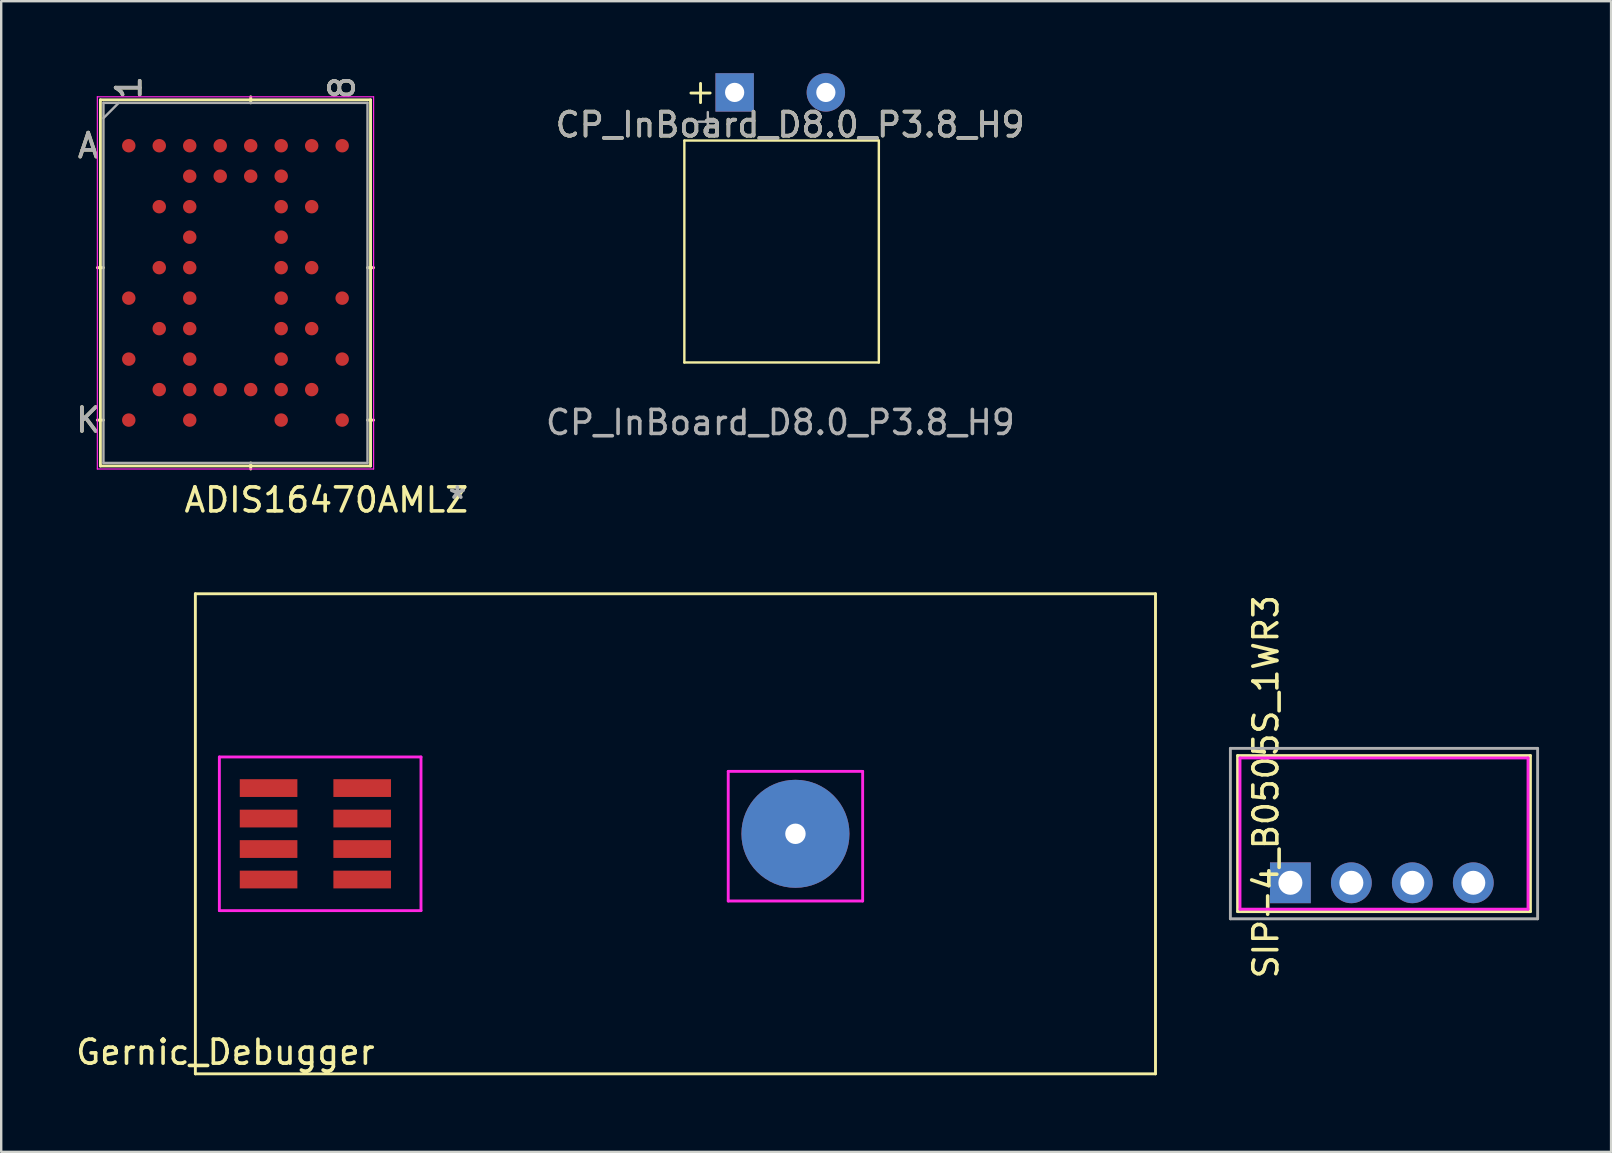
<source format=kicad_pcb>
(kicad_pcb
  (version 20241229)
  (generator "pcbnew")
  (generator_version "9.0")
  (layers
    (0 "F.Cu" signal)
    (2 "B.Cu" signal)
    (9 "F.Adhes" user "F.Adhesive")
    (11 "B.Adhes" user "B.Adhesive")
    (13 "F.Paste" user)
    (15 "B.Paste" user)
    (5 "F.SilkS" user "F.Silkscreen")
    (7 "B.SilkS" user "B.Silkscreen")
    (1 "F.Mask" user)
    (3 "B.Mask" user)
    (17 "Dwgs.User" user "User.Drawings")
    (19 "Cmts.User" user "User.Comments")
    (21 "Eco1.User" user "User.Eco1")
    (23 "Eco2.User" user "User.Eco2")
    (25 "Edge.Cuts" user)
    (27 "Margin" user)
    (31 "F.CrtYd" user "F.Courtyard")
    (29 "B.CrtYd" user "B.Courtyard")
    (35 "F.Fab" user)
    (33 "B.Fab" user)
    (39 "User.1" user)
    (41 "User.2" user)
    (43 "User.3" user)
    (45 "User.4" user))
  (footprint "SIP-4_B0505S_1WR3"
    (layer "F.Cu")
    (at 50.709 33.728)
    (property "Reference" "SIP-4_B0505S_1WR3" (at -1.02 -4 90) (layer "F.SilkS") (effects (font (size 1 1) (thickness 0.15))))
    (attr through_hole)
    (fp_line (start -2.2 -5.3) (end -2.2 1.2) (stroke (width 0.12) (type solid)) (layer "F.SilkS"))
    (fp_line (start -2.2 -5.3) (end 10 -5.3) (stroke (width 0.12) (type solid)) (layer "F.SilkS"))
    (fp_line (start -2.2 1.2) (end 10 1.2) (stroke (width 0.12) (type solid)) (layer "F.SilkS"))
    (fp_line (start 10 -5.3) (end 10 1.2) (stroke (width 0.12) (type solid)) (layer "F.SilkS"))
    (fp_line (start -2.1 -5.2) (end 9.9 -5.2) (stroke (width 0.12) (type solid)) (layer "F.CrtYd"))
    (fp_line (start -2.1 1.1) (end -2.1 -5.2) (stroke (width 0.12) (type solid)) (layer "F.CrtYd"))
    (fp_line (start 9.9 -5.2) (end 9.9 1.1) (stroke (width 0.12) (type solid)) (layer "F.CrtYd"))
    (fp_line (start 9.9 1.1) (end -2.1 1.1) (stroke (width 0.12) (type solid)) (layer "F.CrtYd"))
    (fp_line (start -2.5 -5.6) (end 10.3 -5.6) (stroke (width 0.12) (type solid)) (layer "F.Fab"))
    (fp_line (start -2.5 1.5) (end -2.5 -5.6) (stroke (width 0.12) (type solid)) (layer "F.Fab"))
    (fp_line (start 10.3 -5.6) (end 10.3 1.5) (stroke (width 0.12) (type solid)) (layer "F.Fab"))
    (fp_line (start 10.3 1.5) (end -2.5 1.5) (stroke (width 0.12) (type solid)) (layer "F.Fab"))
    (pad "1" thru_hole rect (at 0 0 90) (size 1.7 1.7) (drill 1) (layers "*.Cu" "*.Mask"))
    (pad "2" thru_hole oval (at 2.54 0 90) (size 1.7 1.7) (drill 1) (layers "*.Cu" "*.Mask"))
    (pad "3" thru_hole oval (at 5.08 0 90) (size 1.7 1.7) (drill 1) (layers "*.Cu" "*.Mask"))
    (pad "4" thru_hole oval (at 7.62 0 90) (size 1.7 1.7) (drill 1) (layers "*.Cu" "*.Mask")))
  (footprint "CP_InBoard_D8.0_P3.8_H9"
    (layer "F.Cu")
    (at 29.461 12.052)
    (property "Reference" "CP_InBoard_D8.0_P3.8_H9" (at 0.406 -9.906 0) (unlocked yes) (layer "F.SilkS") (effects (font (size 1 1) (thickness 0.15))))
    (attr through_hole)
    (fp_line (start -4 -9.246) (end -4 0) (stroke (width 0.1) (type solid)) (layer "F.SilkS"))
    (fp_line (start -4 0) (end 4.102 0) (stroke (width 0.1) (type solid)) (layer "F.SilkS"))
    (fp_line (start -3.726 -11.227) (end -2.926 -11.227) (stroke (width 0.12) (type solid)) (layer "F.SilkS"))
    (fp_line (start -3.326 -11.627) (end -3.326 -10.827) (stroke (width 0.12) (type solid)) (layer "F.SilkS"))
    (fp_line (start 4.102 -9.246) (end -4 -9.246) (stroke (width 0.1) (type solid)) (layer "F.SilkS"))
    (fp_line (start 4.102 0) (end 4.102 -9.246) (stroke (width 0.1) (type solid)) (layer "F.SilkS"))
    (fp_line (start -3.423 -10.033) (end -2.623 -10.033) (stroke (width 0.1) (type solid)) (layer "F.Fab"))
    (fp_line (start -3.023 -10.433) (end -3.023 -9.633) (stroke (width 0.1) (type solid)) (layer "F.Fab"))
    (fp_text user "${REFERENCE}" (at 0 2.5 0) (unlocked yes) (layer "F.Fab") (effects (font (size 1 1) (thickness 0.15))))
    (fp_text user "${REFERENCE}" (at 0.406 -9.906 0) (layer "F.Fab") (effects (font (size 1 1) (thickness 0.15))))
    (pad "1" thru_hole rect (at -1.905 -11.252) (size 1.6 1.6) (drill 0.8) (layers "*.Cu" "*.Mask"))
    (pad "2" thru_hole circle (at 1.895 -11.252) (size 1.6 1.6) (drill 0.8) (layers "*.Cu" "*.Mask")))
  (footprint "ADIS16470AMLZ"
    (layer "F.Cu")
    (at 6.76 8.736)
    (property "Reference" "ADIS16470AMLZ" (at 3.785 9.042 0) (layer "F.SilkS") (effects (font (size 1 1) (thickness 0.15))))
    (attr smd)
    (fp_line (start -5.627 -7.627) (end -5.627 7.627) (stroke (width 0.12) (type solid)) (layer "F.SilkS"))
    (fp_line (start -5.627 7.627) (end 5.627 7.627) (stroke (width 0.12) (type solid)) (layer "F.SilkS"))
    (fp_line (start -5.5 -0.635) (end -5.754 -0.635) (stroke (width 0.12) (type solid)) (layer "F.SilkS"))
    (fp_line (start -5.5 5.715) (end -5.754 5.715) (stroke (width 0.12) (type solid)) (layer "F.SilkS"))
    (fp_line (start 0.635 -7.5) (end 0.635 -7.754) (stroke (width 0.12) (type solid)) (layer "F.SilkS"))
    (fp_line (start 0.635 7.5) (end 0.635 7.754) (stroke (width 0.12) (type solid)) (layer "F.SilkS"))
    (fp_line (start 5.5 -0.635) (end 5.754 -0.635) (stroke (width 0.12) (type solid)) (layer "F.SilkS"))
    (fp_line (start 5.5 5.715) (end 5.754 5.715) (stroke (width 0.12) (type solid)) (layer "F.SilkS"))
    (fp_line (start 5.627 -7.627) (end -5.627 -7.627) (stroke (width 0.12) (type solid)) (layer "F.SilkS"))
    (fp_line (start 5.627 7.627) (end 5.627 -7.627) (stroke (width 0.12) (type solid)) (layer "F.SilkS"))
    (fp_line (start -5.754 -7.754) (end 5.754 -7.754) (stroke (width 0.05) (type solid)) (layer "F.CrtYd"))
    (fp_line (start -5.754 7.754) (end -5.754 -7.754) (stroke (width 0.05) (type solid)) (layer "F.CrtYd"))
    (fp_line (start 5.754 -7.754) (end 5.754 7.754) (stroke (width 0.05) (type solid)) (layer "F.CrtYd"))
    (fp_line (start 5.754 7.754) (end -5.754 7.754) (stroke (width 0.05) (type solid)) (layer "F.CrtYd"))
    (fp_line (start -5.5 -7.5) (end -5.5 7.5) (stroke (width 0.1) (type solid)) (layer "F.Fab"))
    (fp_line (start -5.5 7.5) (end 5.5 7.5) (stroke (width 0.1) (type solid)) (layer "F.Fab"))
    (fp_line (start -4.865 -7.5) (end -5.5 -6.865) (stroke (width 0.1) (type solid)) (layer "F.Fab"))
    (fp_line (start 5.5 -7.5) (end -5.5 -7.5) (stroke (width 0.1) (type solid)) (layer "F.Fab"))
    (fp_line (start 5.5 7.5) (end 5.5 -7.5) (stroke (width 0.1) (type solid)) (layer "F.Fab"))
    (fp_text user "8" (at 4.445 -8.135 90) (layer "F.SilkS") (effects (font (size 1 1) (thickness 0.15))))
    (fp_text user "A" (at -6.135 -5.715 0) (layer "F.SilkS") (effects (font (size 1 1) (thickness 0.15))))
    (fp_text user "1" (at -4.445 -8.135 90) (layer "F.SilkS") (effects (font (size 1 1) (thickness 0.15))))
    (fp_text user "K" (at -6.135 5.715 0) (layer "F.SilkS") (effects (font (size 1 1) (thickness 0.15))))
    (fp_text user "*" (at 9.246 9.042 0) (layer "F.Fab") (effects (font (size 1 1) (thickness 0.15))))
    (fp_text user "A" (at -6.135 -5.715 0) (layer "F.Fab") (effects (font (size 1 1) (thickness 0.15))))
    (fp_text user "1" (at -4.445 -8.135 90) (layer "F.Fab") (effects (font (size 1 1) (thickness 0.15))))
    (fp_text user "K" (at -6.135 5.715 0) (layer "F.Fab") (effects (font (size 1 1) (thickness 0.15))))
    (fp_text user "8" (at 4.445 -8.135 90) (layer "F.Fab") (effects (font (size 1 1) (thickness 0.15))))
    (pad "A1" smd circle (at -4.445 -5.715) (size 0.56 0.56) (layers "F.Cu" "F.Mask" "F.Paste"))
    (pad "A2" smd circle (at -3.175 -5.715) (size 0.56 0.56) (layers "F.Cu" "F.Mask" "F.Paste"))
    (pad "A3" smd circle (at -1.905 -5.715) (size 0.56 0.56) (layers "F.Cu" "F.Mask" "F.Paste"))
    (pad "A4" smd circle (at -0.635 -5.715) (size 0.56 0.56) (layers "F.Cu" "F.Mask" "F.Paste"))
    (pad "A5" smd circle (at 0.635 -5.715) (size 0.56 0.56) (layers "F.Cu" "F.Mask" "F.Paste"))
    (pad "A6" smd circle (at 1.905 -5.715) (size 0.56 0.56) (layers "F.Cu" "F.Mask" "F.Paste"))
    (pad "A7" smd circle (at 3.175 -5.715) (size 0.56 0.56) (layers "F.Cu" "F.Mask" "F.Paste"))
    (pad "A8" smd circle (at 4.445 -5.715) (size 0.56 0.56) (layers "F.Cu" "F.Mask" "F.Paste"))
    (pad "B3" smd circle (at -1.905 -4.445) (size 0.56 0.56) (layers "F.Cu" "F.Mask" "F.Paste"))
    (pad "B4" smd circle (at -0.635 -4.445) (size 0.56 0.56) (layers "F.Cu" "F.Mask" "F.Paste"))
    (pad "B5" smd circle (at 0.635 -4.445) (size 0.56 0.56) (layers "F.Cu" "F.Mask" "F.Paste"))
    (pad "B6" smd circle (at 1.905 -4.445) (size 0.56 0.56) (layers "F.Cu" "F.Mask" "F.Paste"))
    (pad "C2" smd circle (at -3.175 -3.175) (size 0.56 0.56) (layers "F.Cu" "F.Mask" "F.Paste"))
    (pad "C3" smd circle (at -1.905 -3.175) (size 0.56 0.56) (layers "F.Cu" "F.Mask" "F.Paste"))
    (pad "C6" smd circle (at 1.905 -3.175) (size 0.56 0.56) (layers "F.Cu" "F.Mask" "F.Paste"))
    (pad "C7" smd circle (at 3.175 -3.175) (size 0.56 0.56) (layers "F.Cu" "F.Mask" "F.Paste"))
    (pad "D3" smd circle (at -1.905 -1.905) (size 0.56 0.56) (layers "F.Cu" "F.Mask" "F.Paste"))
    (pad "D6" smd circle (at 1.905 -1.905) (size 0.56 0.56) (layers "F.Cu" "F.Mask" "F.Paste"))
    (pad "E2" smd circle (at -3.175 -0.635) (size 0.56 0.56) (layers "F.Cu" "F.Mask" "F.Paste"))
    (pad "E3" smd circle (at -1.905 -0.635) (size 0.56 0.56) (layers "F.Cu" "F.Mask" "F.Paste"))
    (pad "E6" smd circle (at 1.905 -0.635) (size 0.56 0.56) (layers "F.Cu" "F.Mask" "F.Paste"))
    (pad "E7" smd circle (at 3.175 -0.635) (size 0.56 0.56) (layers "F.Cu" "F.Mask" "F.Paste"))
    (pad "F1" smd circle (at -4.445 0.635) (size 0.56 0.56) (layers "F.Cu" "F.Mask" "F.Paste"))
    (pad "F3" smd circle (at -1.905 0.635) (size 0.56 0.56) (layers "F.Cu" "F.Mask" "F.Paste"))
    (pad "F6" smd circle (at 1.905 0.635) (size 0.56 0.56) (layers "F.Cu" "F.Mask" "F.Paste"))
    (pad "F8" smd circle (at 4.445 0.635) (size 0.56 0.56) (layers "F.Cu" "F.Mask" "F.Paste"))
    (pad "G2" smd circle (at -3.175 1.905) (size 0.56 0.56) (layers "F.Cu" "F.Mask" "F.Paste"))
    (pad "G3" smd circle (at -1.905 1.905) (size 0.56 0.56) (layers "F.Cu" "F.Mask" "F.Paste"))
    (pad "G6" smd circle (at 1.905 1.905) (size 0.56 0.56) (layers "F.Cu" "F.Mask" "F.Paste"))
    (pad "G7" smd circle (at 3.175 1.905) (size 0.56 0.56) (layers "F.Cu" "F.Mask" "F.Paste"))
    (pad "H1" smd circle (at -4.445 3.175) (size 0.56 0.56) (layers "F.Cu" "F.Mask" "F.Paste"))
    (pad "H3" smd circle (at -1.905 3.175) (size 0.56 0.56) (layers "F.Cu" "F.Mask" "F.Paste"))
    (pad "H6" smd circle (at 1.905 3.175) (size 0.56 0.56) (layers "F.Cu" "F.Mask" "F.Paste"))
    (pad "H8" smd circle (at 4.445 3.175) (size 0.56 0.56) (layers "F.Cu" "F.Mask" "F.Paste"))
    (pad "J2" smd circle (at -3.175 4.445) (size 0.56 0.56) (layers "F.Cu" "F.Mask" "F.Paste"))
    (pad "J3" smd circle (at -1.905 4.445) (size 0.56 0.56) (layers "F.Cu" "F.Mask" "F.Paste"))
    (pad "J4" smd circle (at -0.635 4.445) (size 0.56 0.56) (layers "F.Cu" "F.Mask" "F.Paste"))
    (pad "J5" smd circle (at 0.635 4.445) (size 0.56 0.56) (layers "F.Cu" "F.Mask" "F.Paste"))
    (pad "J6" smd circle (at 1.905 4.445) (size 0.56 0.56) (layers "F.Cu" "F.Mask" "F.Paste"))
    (pad "J7" smd circle (at 3.175 4.445) (size 0.56 0.56) (layers "F.Cu" "F.Mask" "F.Paste"))
    (pad "K1" smd circle (at -4.445 5.715) (size 0.56 0.56) (layers "F.Cu" "F.Mask" "F.Paste"))
    (pad "K3" smd circle (at -1.905 5.715) (size 0.56 0.56) (layers "F.Cu" "F.Mask" "F.Paste"))
    (pad "K6" smd circle (at 1.905 5.715) (size 0.56 0.56) (layers "F.Cu" "F.Mask" "F.Paste"))
    (pad "K8" smd circle (at 4.445 5.715) (size 0.56 0.56) (layers "F.Cu" "F.Mask" "F.Paste")))
  (footprint "Gernic_Debugger"
    (layer "F.Cu")
    (at 5.089 41.687)
    (property "Reference" "Gernic_Debugger" (at 1.25 -0.9 0) (layer "F.SilkS") (effects (font (size 1 1) (thickness 0.15))))
    (attr through_hole)
    (fp_line (start 0 -20) (end 0 0) (stroke (width 0.12) (type solid)) (layer "F.SilkS"))
    (fp_line (start 0 0) (end 40 0) (stroke (width 0.12) (type solid)) (layer "F.SilkS"))
    (fp_line (start 40 -20) (end 0 -20) (stroke (width 0.12) (type solid)) (layer "F.SilkS"))
    (fp_line (start 40 0) (end 40 -20) (stroke (width 0.12) (type solid)) (layer "F.SilkS"))
    (fp_line (start 1 -13.2) (end 9.4 -13.2) (stroke (width 0.12) (type solid)) (layer "F.CrtYd"))
    (fp_line (start 1 -6.8) (end 1 -13.2) (stroke (width 0.12) (type solid)) (layer "F.CrtYd"))
    (fp_line (start 9.4 -13.2) (end 9.4 -6.8) (stroke (width 0.12) (type solid)) (layer "F.CrtYd"))
    (fp_line (start 9.4 -6.8) (end 1 -6.8) (stroke (width 0.12) (type solid)) (layer "F.CrtYd"))
    (fp_line (start 22.2 -12.6) (end 27.8 -12.6) (stroke (width 0.12) (type solid)) (layer "F.CrtYd"))
    (fp_line (start 22.2 -7.2) (end 22.2 -12.6) (stroke (width 0.12) (type solid)) (layer "F.CrtYd"))
    (fp_line (start 27.8 -12.6) (end 27.8 -7.2) (stroke (width 0.12) (type solid)) (layer "F.CrtYd"))
    (fp_line (start 27.8 -7.2) (end 22.2 -7.2) (stroke (width 0.12) (type solid)) (layer "F.CrtYd"))
    (pad "1" smd rect (at 3.05 -11.905) (size 2.4 0.74) (layers "F.Cu" "F.Mask" "F.Paste"))
    (pad "2" smd rect (at 3.05 -10.635) (size 2.4 0.74) (layers "F.Cu" "F.Mask" "F.Paste"))
    (pad "3" smd rect (at 3.05 -9.365) (size 2.4 0.74) (layers "F.Cu" "F.Mask" "F.Paste"))
    (pad "4" smd rect (at 3.05 -8.095) (size 2.4 0.74) (layers "F.Cu" "F.Mask" "F.Paste"))
    (pad "5" smd rect (at 6.95 -8.095) (size 2.4 0.74) (layers "F.Cu" "F.Mask" "F.Paste"))
    (pad "6" smd rect (at 6.95 -9.365) (size 2.4 0.74) (layers "F.Cu" "F.Mask" "F.Paste"))
    (pad "7" smd rect (at 6.95 -10.635) (size 2.4 0.74) (layers "F.Cu" "F.Mask" "F.Paste"))
    (pad "8" smd rect (at 6.95 -11.905) (size 2.4 0.74) (layers "F.Cu" "F.Mask" "F.Paste"))
    (pad "9" thru_hole circle (at 25 -10) (size 4.5 4.5) (drill 0.85) (layers "*.Cu" "*.Mask")))
  (gr_rect
    (start -3 -3)
    (end 64.069 44.937)
    (stroke (width 0.1) (type default))
    (fill no)
    (layer "Edge.Cuts")))
</source>
